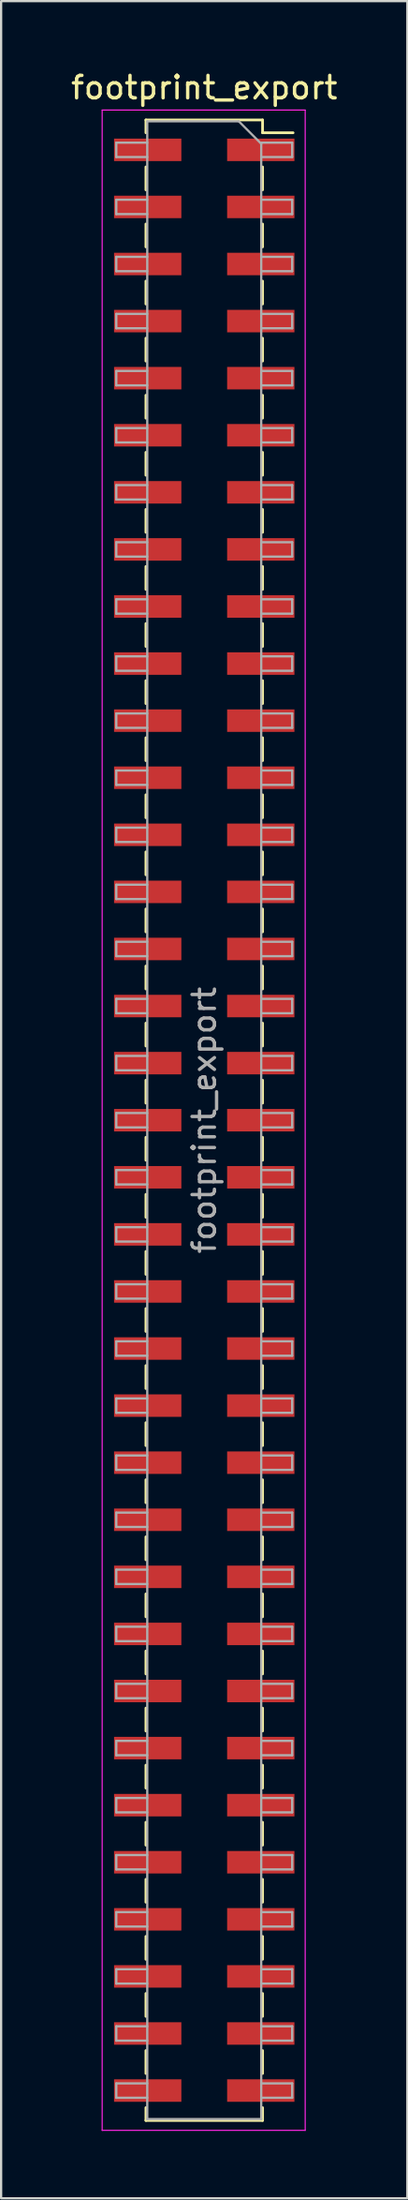
<source format=kicad_pcb>
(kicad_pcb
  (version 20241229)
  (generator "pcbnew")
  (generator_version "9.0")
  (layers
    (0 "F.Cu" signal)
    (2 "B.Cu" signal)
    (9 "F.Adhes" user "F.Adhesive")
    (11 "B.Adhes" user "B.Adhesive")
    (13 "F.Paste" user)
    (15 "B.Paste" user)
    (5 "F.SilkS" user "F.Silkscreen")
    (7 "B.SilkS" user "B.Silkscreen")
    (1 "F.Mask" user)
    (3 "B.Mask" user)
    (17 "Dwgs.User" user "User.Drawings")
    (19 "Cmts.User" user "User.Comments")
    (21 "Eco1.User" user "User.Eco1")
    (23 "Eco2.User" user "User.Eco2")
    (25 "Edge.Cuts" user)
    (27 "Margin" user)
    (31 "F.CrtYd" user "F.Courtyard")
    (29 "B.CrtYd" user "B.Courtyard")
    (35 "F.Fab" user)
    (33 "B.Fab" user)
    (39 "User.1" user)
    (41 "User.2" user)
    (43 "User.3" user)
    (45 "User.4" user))
  (footprint "footprint_export"
    (layer "F.Cu")
    (at 6.054 46.798)
    (property "Reference" "footprint_export" (at 0 -45.95 0) (layer "F.SilkS") (effects (font (size 1 1) (thickness 0.15))))
    (attr smd)
    (fp_line (start -2.6 -44.51) (end -2.6 -43.94) (stroke (width 0.12) (type solid)) (layer "F.SilkS"))
    (fp_line (start -2.6 -44.51) (end 2.6 -44.51) (stroke (width 0.12) (type solid)) (layer "F.SilkS"))
    (fp_line (start -2.6 -42.42) (end -2.6 -41.4) (stroke (width 0.12) (type solid)) (layer "F.SilkS"))
    (fp_line (start -2.6 -39.88) (end -2.6 -38.86) (stroke (width 0.12) (type solid)) (layer "F.SilkS"))
    (fp_line (start -2.6 -37.34) (end -2.6 -36.32) (stroke (width 0.12) (type solid)) (layer "F.SilkS"))
    (fp_line (start -2.6 -34.8) (end -2.6 -33.78) (stroke (width 0.12) (type solid)) (layer "F.SilkS"))
    (fp_line (start -2.6 -32.26) (end -2.6 -31.24) (stroke (width 0.12) (type solid)) (layer "F.SilkS"))
    (fp_line (start -2.6 -29.72) (end -2.6 -28.7) (stroke (width 0.12) (type solid)) (layer "F.SilkS"))
    (fp_line (start -2.6 -27.18) (end -2.6 -26.16) (stroke (width 0.12) (type solid)) (layer "F.SilkS"))
    (fp_line (start -2.6 -24.64) (end -2.6 -23.62) (stroke (width 0.12) (type solid)) (layer "F.SilkS"))
    (fp_line (start -2.6 -22.1) (end -2.6 -21.08) (stroke (width 0.12) (type solid)) (layer "F.SilkS"))
    (fp_line (start -2.6 -19.56) (end -2.6 -18.54) (stroke (width 0.12) (type solid)) (layer "F.SilkS"))
    (fp_line (start -2.6 -17.02) (end -2.6 -16) (stroke (width 0.12) (type solid)) (layer "F.SilkS"))
    (fp_line (start -2.6 -14.48) (end -2.6 -13.46) (stroke (width 0.12) (type solid)) (layer "F.SilkS"))
    (fp_line (start -2.6 -11.94) (end -2.6 -10.92) (stroke (width 0.12) (type solid)) (layer "F.SilkS"))
    (fp_line (start -2.6 -9.4) (end -2.6 -8.38) (stroke (width 0.12) (type solid)) (layer "F.SilkS"))
    (fp_line (start -2.6 -6.86) (end -2.6 -5.84) (stroke (width 0.12) (type solid)) (layer "F.SilkS"))
    (fp_line (start -2.6 -4.32) (end -2.6 -3.3) (stroke (width 0.12) (type solid)) (layer "F.SilkS"))
    (fp_line (start -2.6 -1.78) (end -2.6 -0.76) (stroke (width 0.12) (type solid)) (layer "F.SilkS"))
    (fp_line (start -2.6 0.76) (end -2.6 1.78) (stroke (width 0.12) (type solid)) (layer "F.SilkS"))
    (fp_line (start -2.6 3.3) (end -2.6 4.32) (stroke (width 0.12) (type solid)) (layer "F.SilkS"))
    (fp_line (start -2.6 5.84) (end -2.6 6.86) (stroke (width 0.12) (type solid)) (layer "F.SilkS"))
    (fp_line (start -2.6 8.38) (end -2.6 9.4) (stroke (width 0.12) (type solid)) (layer "F.SilkS"))
    (fp_line (start -2.6 10.92) (end -2.6 11.94) (stroke (width 0.12) (type solid)) (layer "F.SilkS"))
    (fp_line (start -2.6 13.46) (end -2.6 14.48) (stroke (width 0.12) (type solid)) (layer "F.SilkS"))
    (fp_line (start -2.6 16) (end -2.6 17.02) (stroke (width 0.12) (type solid)) (layer "F.SilkS"))
    (fp_line (start -2.6 18.54) (end -2.6 19.56) (stroke (width 0.12) (type solid)) (layer "F.SilkS"))
    (fp_line (start -2.6 21.08) (end -2.6 22.1) (stroke (width 0.12) (type solid)) (layer "F.SilkS"))
    (fp_line (start -2.6 23.62) (end -2.6 24.64) (stroke (width 0.12) (type solid)) (layer "F.SilkS"))
    (fp_line (start -2.6 26.16) (end -2.6 27.18) (stroke (width 0.12) (type solid)) (layer "F.SilkS"))
    (fp_line (start -2.6 28.7) (end -2.6 29.72) (stroke (width 0.12) (type solid)) (layer "F.SilkS"))
    (fp_line (start -2.6 31.24) (end -2.6 32.26) (stroke (width 0.12) (type solid)) (layer "F.SilkS"))
    (fp_line (start -2.6 33.78) (end -2.6 34.8) (stroke (width 0.12) (type solid)) (layer "F.SilkS"))
    (fp_line (start -2.6 36.32) (end -2.6 37.34) (stroke (width 0.12) (type solid)) (layer "F.SilkS"))
    (fp_line (start -2.6 38.86) (end -2.6 39.88) (stroke (width 0.12) (type solid)) (layer "F.SilkS"))
    (fp_line (start -2.6 41.4) (end -2.6 42.42) (stroke (width 0.12) (type solid)) (layer "F.SilkS"))
    (fp_line (start -2.6 43.94) (end -2.6 44.51) (stroke (width 0.12) (type solid)) (layer "F.SilkS"))
    (fp_line (start -2.6 44.51) (end 2.6 44.51) (stroke (width 0.12) (type solid)) (layer "F.SilkS"))
    (fp_line (start 2.6 -44.51) (end 2.6 -43.94) (stroke (width 0.12) (type solid)) (layer "F.SilkS"))
    (fp_line (start 2.6 -43.94) (end 3.96 -43.94) (stroke (width 0.12) (type solid)) (layer "F.SilkS"))
    (fp_line (start 2.6 -42.42) (end 2.6 -41.4) (stroke (width 0.12) (type solid)) (layer "F.SilkS"))
    (fp_line (start 2.6 -39.88) (end 2.6 -38.86) (stroke (width 0.12) (type solid)) (layer "F.SilkS"))
    (fp_line (start 2.6 -37.34) (end 2.6 -36.32) (stroke (width 0.12) (type solid)) (layer "F.SilkS"))
    (fp_line (start 2.6 -34.8) (end 2.6 -33.78) (stroke (width 0.12) (type solid)) (layer "F.SilkS"))
    (fp_line (start 2.6 -32.26) (end 2.6 -31.24) (stroke (width 0.12) (type solid)) (layer "F.SilkS"))
    (fp_line (start 2.6 -29.72) (end 2.6 -28.7) (stroke (width 0.12) (type solid)) (layer "F.SilkS"))
    (fp_line (start 2.6 -27.18) (end 2.6 -26.16) (stroke (width 0.12) (type solid)) (layer "F.SilkS"))
    (fp_line (start 2.6 -24.64) (end 2.6 -23.62) (stroke (width 0.12) (type solid)) (layer "F.SilkS"))
    (fp_line (start 2.6 -22.1) (end 2.6 -21.08) (stroke (width 0.12) (type solid)) (layer "F.SilkS"))
    (fp_line (start 2.6 -19.56) (end 2.6 -18.54) (stroke (width 0.12) (type solid)) (layer "F.SilkS"))
    (fp_line (start 2.6 -17.02) (end 2.6 -16) (stroke (width 0.12) (type solid)) (layer "F.SilkS"))
    (fp_line (start 2.6 -14.48) (end 2.6 -13.46) (stroke (width 0.12) (type solid)) (layer "F.SilkS"))
    (fp_line (start 2.6 -11.94) (end 2.6 -10.92) (stroke (width 0.12) (type solid)) (layer "F.SilkS"))
    (fp_line (start 2.6 -9.4) (end 2.6 -8.38) (stroke (width 0.12) (type solid)) (layer "F.SilkS"))
    (fp_line (start 2.6 -6.86) (end 2.6 -5.84) (stroke (width 0.12) (type solid)) (layer "F.SilkS"))
    (fp_line (start 2.6 -4.32) (end 2.6 -3.3) (stroke (width 0.12) (type solid)) (layer "F.SilkS"))
    (fp_line (start 2.6 -1.78) (end 2.6 -0.76) (stroke (width 0.12) (type solid)) (layer "F.SilkS"))
    (fp_line (start 2.6 0.76) (end 2.6 1.78) (stroke (width 0.12) (type solid)) (layer "F.SilkS"))
    (fp_line (start 2.6 3.3) (end 2.6 4.32) (stroke (width 0.12) (type solid)) (layer "F.SilkS"))
    (fp_line (start 2.6 5.84) (end 2.6 6.86) (stroke (width 0.12) (type solid)) (layer "F.SilkS"))
    (fp_line (start 2.6 8.38) (end 2.6 9.4) (stroke (width 0.12) (type solid)) (layer "F.SilkS"))
    (fp_line (start 2.6 10.92) (end 2.6 11.94) (stroke (width 0.12) (type solid)) (layer "F.SilkS"))
    (fp_line (start 2.6 13.46) (end 2.6 14.48) (stroke (width 0.12) (type solid)) (layer "F.SilkS"))
    (fp_line (start 2.6 16) (end 2.6 17.02) (stroke (width 0.12) (type solid)) (layer "F.SilkS"))
    (fp_line (start 2.6 18.54) (end 2.6 19.56) (stroke (width 0.12) (type solid)) (layer "F.SilkS"))
    (fp_line (start 2.6 21.08) (end 2.6 22.1) (stroke (width 0.12) (type solid)) (layer "F.SilkS"))
    (fp_line (start 2.6 23.62) (end 2.6 24.64) (stroke (width 0.12) (type solid)) (layer "F.SilkS"))
    (fp_line (start 2.6 26.16) (end 2.6 27.18) (stroke (width 0.12) (type solid)) (layer "F.SilkS"))
    (fp_line (start 2.6 28.7) (end 2.6 29.72) (stroke (width 0.12) (type solid)) (layer "F.SilkS"))
    (fp_line (start 2.6 31.24) (end 2.6 32.26) (stroke (width 0.12) (type solid)) (layer "F.SilkS"))
    (fp_line (start 2.6 33.78) (end 2.6 34.8) (stroke (width 0.12) (type solid)) (layer "F.SilkS"))
    (fp_line (start 2.6 36.32) (end 2.6 37.34) (stroke (width 0.12) (type solid)) (layer "F.SilkS"))
    (fp_line (start 2.6 38.86) (end 2.6 39.88) (stroke (width 0.12) (type solid)) (layer "F.SilkS"))
    (fp_line (start 2.6 41.4) (end 2.6 42.42) (stroke (width 0.12) (type solid)) (layer "F.SilkS"))
    (fp_line (start 2.6 43.94) (end 2.6 44.51) (stroke (width 0.12) (type solid)) (layer "F.SilkS"))
    (fp_line (start -4.55 -44.95) (end 4.5 -44.95) (stroke (width 0.05) (type solid)) (layer "F.CrtYd"))
    (fp_line (start -4.55 44.95) (end -4.55 -44.95) (stroke (width 0.05) (type solid)) (layer "F.CrtYd"))
    (fp_line (start 4.5 -44.95) (end 4.5 44.95) (stroke (width 0.05) (type solid)) (layer "F.CrtYd"))
    (fp_line (start 4.5 44.95) (end -4.55 44.95) (stroke (width 0.05) (type solid)) (layer "F.CrtYd"))
    (fp_line (start -3.92 -43.5) (end -2.54 -43.5) (stroke (width 0.1) (type solid)) (layer "F.Fab"))
    (fp_line (start -3.92 -42.86) (end -3.92 -43.5) (stroke (width 0.1) (type solid)) (layer "F.Fab"))
    (fp_line (start -3.92 -40.96) (end -2.54 -40.96) (stroke (width 0.1) (type solid)) (layer "F.Fab"))
    (fp_line (start -3.92 -40.32) (end -3.92 -40.96) (stroke (width 0.1) (type solid)) (layer "F.Fab"))
    (fp_line (start -3.92 -38.42) (end -2.54 -38.42) (stroke (width 0.1) (type solid)) (layer "F.Fab"))
    (fp_line (start -3.92 -37.78) (end -3.92 -38.42) (stroke (width 0.1) (type solid)) (layer "F.Fab"))
    (fp_line (start -3.92 -35.88) (end -2.54 -35.88) (stroke (width 0.1) (type solid)) (layer "F.Fab"))
    (fp_line (start -3.92 -35.24) (end -3.92 -35.88) (stroke (width 0.1) (type solid)) (layer "F.Fab"))
    (fp_line (start -3.92 -33.34) (end -2.54 -33.34) (stroke (width 0.1) (type solid)) (layer "F.Fab"))
    (fp_line (start -3.92 -32.7) (end -3.92 -33.34) (stroke (width 0.1) (type solid)) (layer "F.Fab"))
    (fp_line (start -3.92 -30.8) (end -2.54 -30.8) (stroke (width 0.1) (type solid)) (layer "F.Fab"))
    (fp_line (start -3.92 -30.16) (end -3.92 -30.8) (stroke (width 0.1) (type solid)) (layer "F.Fab"))
    (fp_line (start -3.92 -28.26) (end -2.54 -28.26) (stroke (width 0.1) (type solid)) (layer "F.Fab"))
    (fp_line (start -3.92 -27.62) (end -3.92 -28.26) (stroke (width 0.1) (type solid)) (layer "F.Fab"))
    (fp_line (start -3.92 -25.72) (end -2.54 -25.72) (stroke (width 0.1) (type solid)) (layer "F.Fab"))
    (fp_line (start -3.92 -25.08) (end -3.92 -25.72) (stroke (width 0.1) (type solid)) (layer "F.Fab"))
    (fp_line (start -3.92 -23.18) (end -2.54 -23.18) (stroke (width 0.1) (type solid)) (layer "F.Fab"))
    (fp_line (start -3.92 -22.54) (end -3.92 -23.18) (stroke (width 0.1) (type solid)) (layer "F.Fab"))
    (fp_line (start -3.92 -20.64) (end -2.54 -20.64) (stroke (width 0.1) (type solid)) (layer "F.Fab"))
    (fp_line (start -3.92 -20) (end -3.92 -20.64) (stroke (width 0.1) (type solid)) (layer "F.Fab"))
    (fp_line (start -3.92 -18.1) (end -2.54 -18.1) (stroke (width 0.1) (type solid)) (layer "F.Fab"))
    (fp_line (start -3.92 -17.46) (end -3.92 -18.1) (stroke (width 0.1) (type solid)) (layer "F.Fab"))
    (fp_line (start -3.92 -15.56) (end -2.54 -15.56) (stroke (width 0.1) (type solid)) (layer "F.Fab"))
    (fp_line (start -3.92 -14.92) (end -3.92 -15.56) (stroke (width 0.1) (type solid)) (layer "F.Fab"))
    (fp_line (start -3.92 -13.02) (end -2.54 -13.02) (stroke (width 0.1) (type solid)) (layer "F.Fab"))
    (fp_line (start -3.92 -12.38) (end -3.92 -13.02) (stroke (width 0.1) (type solid)) (layer "F.Fab"))
    (fp_line (start -3.92 -10.48) (end -2.54 -10.48) (stroke (width 0.1) (type solid)) (layer "F.Fab"))
    (fp_line (start -3.92 -9.84) (end -3.92 -10.48) (stroke (width 0.1) (type solid)) (layer "F.Fab"))
    (fp_line (start -3.92 -7.94) (end -2.54 -7.94) (stroke (width 0.1) (type solid)) (layer "F.Fab"))
    (fp_line (start -3.92 -7.3) (end -3.92 -7.94) (stroke (width 0.1) (type solid)) (layer "F.Fab"))
    (fp_line (start -3.92 -5.4) (end -2.54 -5.4) (stroke (width 0.1) (type solid)) (layer "F.Fab"))
    (fp_line (start -3.92 -4.76) (end -3.92 -5.4) (stroke (width 0.1) (type solid)) (layer "F.Fab"))
    (fp_line (start -3.92 -2.86) (end -2.54 -2.86) (stroke (width 0.1) (type solid)) (layer "F.Fab"))
    (fp_line (start -3.92 -2.22) (end -3.92 -2.86) (stroke (width 0.1) (type solid)) (layer "F.Fab"))
    (fp_line (start -3.92 -0.32) (end -2.54 -0.32) (stroke (width 0.1) (type solid)) (layer "F.Fab"))
    (fp_line (start -3.92 0.32) (end -3.92 -0.32) (stroke (width 0.1) (type solid)) (layer "F.Fab"))
    (fp_line (start -3.92 2.22) (end -2.54 2.22) (stroke (width 0.1) (type solid)) (layer "F.Fab"))
    (fp_line (start -3.92 2.86) (end -3.92 2.22) (stroke (width 0.1) (type solid)) (layer "F.Fab"))
    (fp_line (start -3.92 4.76) (end -2.54 4.76) (stroke (width 0.1) (type solid)) (layer "F.Fab"))
    (fp_line (start -3.92 5.4) (end -3.92 4.76) (stroke (width 0.1) (type solid)) (layer "F.Fab"))
    (fp_line (start -3.92 7.3) (end -2.54 7.3) (stroke (width 0.1) (type solid)) (layer "F.Fab"))
    (fp_line (start -3.92 7.94) (end -3.92 7.3) (stroke (width 0.1) (type solid)) (layer "F.Fab"))
    (fp_line (start -3.92 9.84) (end -2.54 9.84) (stroke (width 0.1) (type solid)) (layer "F.Fab"))
    (fp_line (start -3.92 10.48) (end -3.92 9.84) (stroke (width 0.1) (type solid)) (layer "F.Fab"))
    (fp_line (start -3.92 12.38) (end -2.54 12.38) (stroke (width 0.1) (type solid)) (layer "F.Fab"))
    (fp_line (start -3.92 13.02) (end -3.92 12.38) (stroke (width 0.1) (type solid)) (layer "F.Fab"))
    (fp_line (start -3.92 14.92) (end -2.54 14.92) (stroke (width 0.1) (type solid)) (layer "F.Fab"))
    (fp_line (start -3.92 15.56) (end -3.92 14.92) (stroke (width 0.1) (type solid)) (layer "F.Fab"))
    (fp_line (start -3.92 17.46) (end -2.54 17.46) (stroke (width 0.1) (type solid)) (layer "F.Fab"))
    (fp_line (start -3.92 18.1) (end -3.92 17.46) (stroke (width 0.1) (type solid)) (layer "F.Fab"))
    (fp_line (start -3.92 20) (end -2.54 20) (stroke (width 0.1) (type solid)) (layer "F.Fab"))
    (fp_line (start -3.92 20.64) (end -3.92 20) (stroke (width 0.1) (type solid)) (layer "F.Fab"))
    (fp_line (start -3.92 22.54) (end -2.54 22.54) (stroke (width 0.1) (type solid)) (layer "F.Fab"))
    (fp_line (start -3.92 23.18) (end -3.92 22.54) (stroke (width 0.1) (type solid)) (layer "F.Fab"))
    (fp_line (start -3.92 25.08) (end -2.54 25.08) (stroke (width 0.1) (type solid)) (layer "F.Fab"))
    (fp_line (start -3.92 25.72) (end -3.92 25.08) (stroke (width 0.1) (type solid)) (layer "F.Fab"))
    (fp_line (start -3.92 27.62) (end -2.54 27.62) (stroke (width 0.1) (type solid)) (layer "F.Fab"))
    (fp_line (start -3.92 28.26) (end -3.92 27.62) (stroke (width 0.1) (type solid)) (layer "F.Fab"))
    (fp_line (start -3.92 30.16) (end -2.54 30.16) (stroke (width 0.1) (type solid)) (layer "F.Fab"))
    (fp_line (start -3.92 30.8) (end -3.92 30.16) (stroke (width 0.1) (type solid)) (layer "F.Fab"))
    (fp_line (start -3.92 32.7) (end -2.54 32.7) (stroke (width 0.1) (type solid)) (layer "F.Fab"))
    (fp_line (start -3.92 33.34) (end -3.92 32.7) (stroke (width 0.1) (type solid)) (layer "F.Fab"))
    (fp_line (start -3.92 35.24) (end -2.54 35.24) (stroke (width 0.1) (type solid)) (layer "F.Fab"))
    (fp_line (start -3.92 35.88) (end -3.92 35.24) (stroke (width 0.1) (type solid)) (layer "F.Fab"))
    (fp_line (start -3.92 37.78) (end -2.54 37.78) (stroke (width 0.1) (type solid)) (layer "F.Fab"))
    (fp_line (start -3.92 38.42) (end -3.92 37.78) (stroke (width 0.1) (type solid)) (layer "F.Fab"))
    (fp_line (start -3.92 40.32) (end -2.54 40.32) (stroke (width 0.1) (type solid)) (layer "F.Fab"))
    (fp_line (start -3.92 40.96) (end -3.92 40.32) (stroke (width 0.1) (type solid)) (layer "F.Fab"))
    (fp_line (start -3.92 42.86) (end -2.54 42.86) (stroke (width 0.1) (type solid)) (layer "F.Fab"))
    (fp_line (start -3.92 43.5) (end -3.92 42.86) (stroke (width 0.1) (type solid)) (layer "F.Fab"))
    (fp_line (start -2.54 -44.45) (end 1.54 -44.45) (stroke (width 0.1) (type solid)) (layer "F.Fab"))
    (fp_line (start -2.54 -42.86) (end -3.92 -42.86) (stroke (width 0.1) (type solid)) (layer "F.Fab"))
    (fp_line (start -2.54 -40.32) (end -3.92 -40.32) (stroke (width 0.1) (type solid)) (layer "F.Fab"))
    (fp_line (start -2.54 -37.78) (end -3.92 -37.78) (stroke (width 0.1) (type solid)) (layer "F.Fab"))
    (fp_line (start -2.54 -35.24) (end -3.92 -35.24) (stroke (width 0.1) (type solid)) (layer "F.Fab"))
    (fp_line (start -2.54 -32.7) (end -3.92 -32.7) (stroke (width 0.1) (type solid)) (layer "F.Fab"))
    (fp_line (start -2.54 -30.16) (end -3.92 -30.16) (stroke (width 0.1) (type solid)) (layer "F.Fab"))
    (fp_line (start -2.54 -27.62) (end -3.92 -27.62) (stroke (width 0.1) (type solid)) (layer "F.Fab"))
    (fp_line (start -2.54 -25.08) (end -3.92 -25.08) (stroke (width 0.1) (type solid)) (layer "F.Fab"))
    (fp_line (start -2.54 -22.54) (end -3.92 -22.54) (stroke (width 0.1) (type solid)) (layer "F.Fab"))
    (fp_line (start -2.54 -20) (end -3.92 -20) (stroke (width 0.1) (type solid)) (layer "F.Fab"))
    (fp_line (start -2.54 -17.46) (end -3.92 -17.46) (stroke (width 0.1) (type solid)) (layer "F.Fab"))
    (fp_line (start -2.54 -14.92) (end -3.92 -14.92) (stroke (width 0.1) (type solid)) (layer "F.Fab"))
    (fp_line (start -2.54 -12.38) (end -3.92 -12.38) (stroke (width 0.1) (type solid)) (layer "F.Fab"))
    (fp_line (start -2.54 -9.84) (end -3.92 -9.84) (stroke (width 0.1) (type solid)) (layer "F.Fab"))
    (fp_line (start -2.54 -7.3) (end -3.92 -7.3) (stroke (width 0.1) (type solid)) (layer "F.Fab"))
    (fp_line (start -2.54 -4.76) (end -3.92 -4.76) (stroke (width 0.1) (type solid)) (layer "F.Fab"))
    (fp_line (start -2.54 -2.22) (end -3.92 -2.22) (stroke (width 0.1) (type solid)) (layer "F.Fab"))
    (fp_line (start -2.54 0.32) (end -3.92 0.32) (stroke (width 0.1) (type solid)) (layer "F.Fab"))
    (fp_line (start -2.54 2.86) (end -3.92 2.86) (stroke (width 0.1) (type solid)) (layer "F.Fab"))
    (fp_line (start -2.54 5.4) (end -3.92 5.4) (stroke (width 0.1) (type solid)) (layer "F.Fab"))
    (fp_line (start -2.54 7.94) (end -3.92 7.94) (stroke (width 0.1) (type solid)) (layer "F.Fab"))
    (fp_line (start -2.54 10.48) (end -3.92 10.48) (stroke (width 0.1) (type solid)) (layer "F.Fab"))
    (fp_line (start -2.54 13.02) (end -3.92 13.02) (stroke (width 0.1) (type solid)) (layer "F.Fab"))
    (fp_line (start -2.54 15.56) (end -3.92 15.56) (stroke (width 0.1) (type solid)) (layer "F.Fab"))
    (fp_line (start -2.54 18.1) (end -3.92 18.1) (stroke (width 0.1) (type solid)) (layer "F.Fab"))
    (fp_line (start -2.54 20.64) (end -3.92 20.64) (stroke (width 0.1) (type solid)) (layer "F.Fab"))
    (fp_line (start -2.54 23.18) (end -3.92 23.18) (stroke (width 0.1) (type solid)) (layer "F.Fab"))
    (fp_line (start -2.54 25.72) (end -3.92 25.72) (stroke (width 0.1) (type solid)) (layer "F.Fab"))
    (fp_line (start -2.54 28.26) (end -3.92 28.26) (stroke (width 0.1) (type solid)) (layer "F.Fab"))
    (fp_line (start -2.54 30.8) (end -3.92 30.8) (stroke (width 0.1) (type solid)) (layer "F.Fab"))
    (fp_line (start -2.54 33.34) (end -3.92 33.34) (stroke (width 0.1) (type solid)) (layer "F.Fab"))
    (fp_line (start -2.54 35.88) (end -3.92 35.88) (stroke (width 0.1) (type solid)) (layer "F.Fab"))
    (fp_line (start -2.54 38.42) (end -3.92 38.42) (stroke (width 0.1) (type solid)) (layer "F.Fab"))
    (fp_line (start -2.54 40.96) (end -3.92 40.96) (stroke (width 0.1) (type solid)) (layer "F.Fab"))
    (fp_line (start -2.54 43.5) (end -3.92 43.5) (stroke (width 0.1) (type solid)) (layer "F.Fab"))
    (fp_line (start -2.54 44.45) (end -2.54 -44.45) (stroke (width 0.1) (type solid)) (layer "F.Fab"))
    (fp_line (start 1.54 -44.45) (end 2.54 -43.45) (stroke (width 0.1) (type solid)) (layer "F.Fab"))
    (fp_line (start 2.54 -43.5) (end 3.92 -43.5) (stroke (width 0.1) (type solid)) (layer "F.Fab"))
    (fp_line (start 2.54 -43.45) (end 2.54 44.45) (stroke (width 0.1) (type solid)) (layer "F.Fab"))
    (fp_line (start 2.54 -40.96) (end 3.92 -40.96) (stroke (width 0.1) (type solid)) (layer "F.Fab"))
    (fp_line (start 2.54 -38.42) (end 3.92 -38.42) (stroke (width 0.1) (type solid)) (layer "F.Fab"))
    (fp_line (start 2.54 -35.88) (end 3.92 -35.88) (stroke (width 0.1) (type solid)) (layer "F.Fab"))
    (fp_line (start 2.54 -33.34) (end 3.92 -33.34) (stroke (width 0.1) (type solid)) (layer "F.Fab"))
    (fp_line (start 2.54 -30.8) (end 3.92 -30.8) (stroke (width 0.1) (type solid)) (layer "F.Fab"))
    (fp_line (start 2.54 -28.26) (end 3.92 -28.26) (stroke (width 0.1) (type solid)) (layer "F.Fab"))
    (fp_line (start 2.54 -25.72) (end 3.92 -25.72) (stroke (width 0.1) (type solid)) (layer "F.Fab"))
    (fp_line (start 2.54 -23.18) (end 3.92 -23.18) (stroke (width 0.1) (type solid)) (layer "F.Fab"))
    (fp_line (start 2.54 -20.64) (end 3.92 -20.64) (stroke (width 0.1) (type solid)) (layer "F.Fab"))
    (fp_line (start 2.54 -18.1) (end 3.92 -18.1) (stroke (width 0.1) (type solid)) (layer "F.Fab"))
    (fp_line (start 2.54 -15.56) (end 3.92 -15.56) (stroke (width 0.1) (type solid)) (layer "F.Fab"))
    (fp_line (start 2.54 -13.02) (end 3.92 -13.02) (stroke (width 0.1) (type solid)) (layer "F.Fab"))
    (fp_line (start 2.54 -10.48) (end 3.92 -10.48) (stroke (width 0.1) (type solid)) (layer "F.Fab"))
    (fp_line (start 2.54 -7.94) (end 3.92 -7.94) (stroke (width 0.1) (type solid)) (layer "F.Fab"))
    (fp_line (start 2.54 -5.4) (end 3.92 -5.4) (stroke (width 0.1) (type solid)) (layer "F.Fab"))
    (fp_line (start 2.54 -2.86) (end 3.92 -2.86) (stroke (width 0.1) (type solid)) (layer "F.Fab"))
    (fp_line (start 2.54 -0.32) (end 3.92 -0.32) (stroke (width 0.1) (type solid)) (layer "F.Fab"))
    (fp_line (start 2.54 2.22) (end 3.92 2.22) (stroke (width 0.1) (type solid)) (layer "F.Fab"))
    (fp_line (start 2.54 4.76) (end 3.92 4.76) (stroke (width 0.1) (type solid)) (layer "F.Fab"))
    (fp_line (start 2.54 7.3) (end 3.92 7.3) (stroke (width 0.1) (type solid)) (layer "F.Fab"))
    (fp_line (start 2.54 9.84) (end 3.92 9.84) (stroke (width 0.1) (type solid)) (layer "F.Fab"))
    (fp_line (start 2.54 12.38) (end 3.92 12.38) (stroke (width 0.1) (type solid)) (layer "F.Fab"))
    (fp_line (start 2.54 14.92) (end 3.92 14.92) (stroke (width 0.1) (type solid)) (layer "F.Fab"))
    (fp_line (start 2.54 17.46) (end 3.92 17.46) (stroke (width 0.1) (type solid)) (layer "F.Fab"))
    (fp_line (start 2.54 20) (end 3.92 20) (stroke (width 0.1) (type solid)) (layer "F.Fab"))
    (fp_line (start 2.54 22.54) (end 3.92 22.54) (stroke (width 0.1) (type solid)) (layer "F.Fab"))
    (fp_line (start 2.54 25.08) (end 3.92 25.08) (stroke (width 0.1) (type solid)) (layer "F.Fab"))
    (fp_line (start 2.54 27.62) (end 3.92 27.62) (stroke (width 0.1) (type solid)) (layer "F.Fab"))
    (fp_line (start 2.54 30.16) (end 3.92 30.16) (stroke (width 0.1) (type solid)) (layer "F.Fab"))
    (fp_line (start 2.54 32.7) (end 3.92 32.7) (stroke (width 0.1) (type solid)) (layer "F.Fab"))
    (fp_line (start 2.54 35.24) (end 3.92 35.24) (stroke (width 0.1) (type solid)) (layer "F.Fab"))
    (fp_line (start 2.54 37.78) (end 3.92 37.78) (stroke (width 0.1) (type solid)) (layer "F.Fab"))
    (fp_line (start 2.54 40.32) (end 3.92 40.32) (stroke (width 0.1) (type solid)) (layer "F.Fab"))
    (fp_line (start 2.54 42.86) (end 3.92 42.86) (stroke (width 0.1) (type solid)) (layer "F.Fab"))
    (fp_line (start 2.54 44.45) (end -2.54 44.45) (stroke (width 0.1) (type solid)) (layer "F.Fab"))
    (fp_line (start 3.92 -43.5) (end 3.92 -42.86) (stroke (width 0.1) (type solid)) (layer "F.Fab"))
    (fp_line (start 3.92 -42.86) (end 2.54 -42.86) (stroke (width 0.1) (type solid)) (layer "F.Fab"))
    (fp_line (start 3.92 -40.96) (end 3.92 -40.32) (stroke (width 0.1) (type solid)) (layer "F.Fab"))
    (fp_line (start 3.92 -40.32) (end 2.54 -40.32) (stroke (width 0.1) (type solid)) (layer "F.Fab"))
    (fp_line (start 3.92 -38.42) (end 3.92 -37.78) (stroke (width 0.1) (type solid)) (layer "F.Fab"))
    (fp_line (start 3.92 -37.78) (end 2.54 -37.78) (stroke (width 0.1) (type solid)) (layer "F.Fab"))
    (fp_line (start 3.92 -35.88) (end 3.92 -35.24) (stroke (width 0.1) (type solid)) (layer "F.Fab"))
    (fp_line (start 3.92 -35.24) (end 2.54 -35.24) (stroke (width 0.1) (type solid)) (layer "F.Fab"))
    (fp_line (start 3.92 -33.34) (end 3.92 -32.7) (stroke (width 0.1) (type solid)) (layer "F.Fab"))
    (fp_line (start 3.92 -32.7) (end 2.54 -32.7) (stroke (width 0.1) (type solid)) (layer "F.Fab"))
    (fp_line (start 3.92 -30.8) (end 3.92 -30.16) (stroke (width 0.1) (type solid)) (layer "F.Fab"))
    (fp_line (start 3.92 -30.16) (end 2.54 -30.16) (stroke (width 0.1) (type solid)) (layer "F.Fab"))
    (fp_line (start 3.92 -28.26) (end 3.92 -27.62) (stroke (width 0.1) (type solid)) (layer "F.Fab"))
    (fp_line (start 3.92 -27.62) (end 2.54 -27.62) (stroke (width 0.1) (type solid)) (layer "F.Fab"))
    (fp_line (start 3.92 -25.72) (end 3.92 -25.08) (stroke (width 0.1) (type solid)) (layer "F.Fab"))
    (fp_line (start 3.92 -25.08) (end 2.54 -25.08) (stroke (width 0.1) (type solid)) (layer "F.Fab"))
    (fp_line (start 3.92 -23.18) (end 3.92 -22.54) (stroke (width 0.1) (type solid)) (layer "F.Fab"))
    (fp_line (start 3.92 -22.54) (end 2.54 -22.54) (stroke (width 0.1) (type solid)) (layer "F.Fab"))
    (fp_line (start 3.92 -20.64) (end 3.92 -20) (stroke (width 0.1) (type solid)) (layer "F.Fab"))
    (fp_line (start 3.92 -20) (end 2.54 -20) (stroke (width 0.1) (type solid)) (layer "F.Fab"))
    (fp_line (start 3.92 -18.1) (end 3.92 -17.46) (stroke (width 0.1) (type solid)) (layer "F.Fab"))
    (fp_line (start 3.92 -17.46) (end 2.54 -17.46) (stroke (width 0.1) (type solid)) (layer "F.Fab"))
    (fp_line (start 3.92 -15.56) (end 3.92 -14.92) (stroke (width 0.1) (type solid)) (layer "F.Fab"))
    (fp_line (start 3.92 -14.92) (end 2.54 -14.92) (stroke (width 0.1) (type solid)) (layer "F.Fab"))
    (fp_line (start 3.92 -13.02) (end 3.92 -12.38) (stroke (width 0.1) (type solid)) (layer "F.Fab"))
    (fp_line (start 3.92 -12.38) (end 2.54 -12.38) (stroke (width 0.1) (type solid)) (layer "F.Fab"))
    (fp_line (start 3.92 -10.48) (end 3.92 -9.84) (stroke (width 0.1) (type solid)) (layer "F.Fab"))
    (fp_line (start 3.92 -9.84) (end 2.54 -9.84) (stroke (width 0.1) (type solid)) (layer "F.Fab"))
    (fp_line (start 3.92 -7.94) (end 3.92 -7.3) (stroke (width 0.1) (type solid)) (layer "F.Fab"))
    (fp_line (start 3.92 -7.3) (end 2.54 -7.3) (stroke (width 0.1) (type solid)) (layer "F.Fab"))
    (fp_line (start 3.92 -5.4) (end 3.92 -4.76) (stroke (width 0.1) (type solid)) (layer "F.Fab"))
    (fp_line (start 3.92 -4.76) (end 2.54 -4.76) (stroke (width 0.1) (type solid)) (layer "F.Fab"))
    (fp_line (start 3.92 -2.86) (end 3.92 -2.22) (stroke (width 0.1) (type solid)) (layer "F.Fab"))
    (fp_line (start 3.92 -2.22) (end 2.54 -2.22) (stroke (width 0.1) (type solid)) (layer "F.Fab"))
    (fp_line (start 3.92 -0.32) (end 3.92 0.32) (stroke (width 0.1) (type solid)) (layer "F.Fab"))
    (fp_line (start 3.92 0.32) (end 2.54 0.32) (stroke (width 0.1) (type solid)) (layer "F.Fab"))
    (fp_line (start 3.92 2.22) (end 3.92 2.86) (stroke (width 0.1) (type solid)) (layer "F.Fab"))
    (fp_line (start 3.92 2.86) (end 2.54 2.86) (stroke (width 0.1) (type solid)) (layer "F.Fab"))
    (fp_line (start 3.92 4.76) (end 3.92 5.4) (stroke (width 0.1) (type solid)) (layer "F.Fab"))
    (fp_line (start 3.92 5.4) (end 2.54 5.4) (stroke (width 0.1) (type solid)) (layer "F.Fab"))
    (fp_line (start 3.92 7.3) (end 3.92 7.94) (stroke (width 0.1) (type solid)) (layer "F.Fab"))
    (fp_line (start 3.92 7.94) (end 2.54 7.94) (stroke (width 0.1) (type solid)) (layer "F.Fab"))
    (fp_line (start 3.92 9.84) (end 3.92 10.48) (stroke (width 0.1) (type solid)) (layer "F.Fab"))
    (fp_line (start 3.92 10.48) (end 2.54 10.48) (stroke (width 0.1) (type solid)) (layer "F.Fab"))
    (fp_line (start 3.92 12.38) (end 3.92 13.02) (stroke (width 0.1) (type solid)) (layer "F.Fab"))
    (fp_line (start 3.92 13.02) (end 2.54 13.02) (stroke (width 0.1) (type solid)) (layer "F.Fab"))
    (fp_line (start 3.92 14.92) (end 3.92 15.56) (stroke (width 0.1) (type solid)) (layer "F.Fab"))
    (fp_line (start 3.92 15.56) (end 2.54 15.56) (stroke (width 0.1) (type solid)) (layer "F.Fab"))
    (fp_line (start 3.92 17.46) (end 3.92 18.1) (stroke (width 0.1) (type solid)) (layer "F.Fab"))
    (fp_line (start 3.92 18.1) (end 2.54 18.1) (stroke (width 0.1) (type solid)) (layer "F.Fab"))
    (fp_line (start 3.92 20) (end 3.92 20.64) (stroke (width 0.1) (type solid)) (layer "F.Fab"))
    (fp_line (start 3.92 20.64) (end 2.54 20.64) (stroke (width 0.1) (type solid)) (layer "F.Fab"))
    (fp_line (start 3.92 22.54) (end 3.92 23.18) (stroke (width 0.1) (type solid)) (layer "F.Fab"))
    (fp_line (start 3.92 23.18) (end 2.54 23.18) (stroke (width 0.1) (type solid)) (layer "F.Fab"))
    (fp_line (start 3.92 25.08) (end 3.92 25.72) (stroke (width 0.1) (type solid)) (layer "F.Fab"))
    (fp_line (start 3.92 25.72) (end 2.54 25.72) (stroke (width 0.1) (type solid)) (layer "F.Fab"))
    (fp_line (start 3.92 27.62) (end 3.92 28.26) (stroke (width 0.1) (type solid)) (layer "F.Fab"))
    (fp_line (start 3.92 28.26) (end 2.54 28.26) (stroke (width 0.1) (type solid)) (layer "F.Fab"))
    (fp_line (start 3.92 30.16) (end 3.92 30.8) (stroke (width 0.1) (type solid)) (layer "F.Fab"))
    (fp_line (start 3.92 30.8) (end 2.54 30.8) (stroke (width 0.1) (type solid)) (layer "F.Fab"))
    (fp_line (start 3.92 32.7) (end 3.92 33.34) (stroke (width 0.1) (type solid)) (layer "F.Fab"))
    (fp_line (start 3.92 33.34) (end 2.54 33.34) (stroke (width 0.1) (type solid)) (layer "F.Fab"))
    (fp_line (start 3.92 35.24) (end 3.92 35.88) (stroke (width 0.1) (type solid)) (layer "F.Fab"))
    (fp_line (start 3.92 35.88) (end 2.54 35.88) (stroke (width 0.1) (type solid)) (layer "F.Fab"))
    (fp_line (start 3.92 37.78) (end 3.92 38.42) (stroke (width 0.1) (type solid)) (layer "F.Fab"))
    (fp_line (start 3.92 38.42) (end 2.54 38.42) (stroke (width 0.1) (type solid)) (layer "F.Fab"))
    (fp_line (start 3.92 40.32) (end 3.92 40.96) (stroke (width 0.1) (type solid)) (layer "F.Fab"))
    (fp_line (start 3.92 40.96) (end 2.54 40.96) (stroke (width 0.1) (type solid)) (layer "F.Fab"))
    (fp_line (start 3.92 42.86) (end 3.92 43.5) (stroke (width 0.1) (type solid)) (layer "F.Fab"))
    (fp_line (start 3.92 43.5) (end 2.54 43.5) (stroke (width 0.1) (type solid)) (layer "F.Fab"))
    (fp_text user "${REFERENCE}" (at 0 0 90) (layer "F.Fab") (effects (font (size 1 1) (thickness 0.15))))
    (pad "1" smd rect (at 2.52 -43.18) (size 3 1) (layers "F.Cu" "F.Mask" "F.Paste"))
    (pad "2" smd rect (at -2.52 -43.18) (size 3 1) (layers "F.Cu" "F.Mask" "F.Paste"))
    (pad "3" smd rect (at 2.52 -40.64) (size 3 1) (layers "F.Cu" "F.Mask" "F.Paste"))
    (pad "4" smd rect (at -2.52 -40.64) (size 3 1) (layers "F.Cu" "F.Mask" "F.Paste"))
    (pad "5" smd rect (at 2.52 -38.1) (size 3 1) (layers "F.Cu" "F.Mask" "F.Paste"))
    (pad "6" smd rect (at -2.52 -38.1) (size 3 1) (layers "F.Cu" "F.Mask" "F.Paste"))
    (pad "7" smd rect (at 2.52 -35.56) (size 3 1) (layers "F.Cu" "F.Mask" "F.Paste"))
    (pad "8" smd rect (at -2.52 -35.56) (size 3 1) (layers "F.Cu" "F.Mask" "F.Paste"))
    (pad "9" smd rect (at 2.52 -33.02) (size 3 1) (layers "F.Cu" "F.Mask" "F.Paste"))
    (pad "10" smd rect (at -2.52 -33.02) (size 3 1) (layers "F.Cu" "F.Mask" "F.Paste"))
    (pad "11" smd rect (at 2.52 -30.48) (size 3 1) (layers "F.Cu" "F.Mask" "F.Paste"))
    (pad "12" smd rect (at -2.52 -30.48) (size 3 1) (layers "F.Cu" "F.Mask" "F.Paste"))
    (pad "13" smd rect (at 2.52 -27.94) (size 3 1) (layers "F.Cu" "F.Mask" "F.Paste"))
    (pad "14" smd rect (at -2.52 -27.94) (size 3 1) (layers "F.Cu" "F.Mask" "F.Paste"))
    (pad "15" smd rect (at 2.52 -25.4) (size 3 1) (layers "F.Cu" "F.Mask" "F.Paste"))
    (pad "16" smd rect (at -2.52 -25.4) (size 3 1) (layers "F.Cu" "F.Mask" "F.Paste"))
    (pad "17" smd rect (at 2.52 -22.86) (size 3 1) (layers "F.Cu" "F.Mask" "F.Paste"))
    (pad "18" smd rect (at -2.52 -22.86) (size 3 1) (layers "F.Cu" "F.Mask" "F.Paste"))
    (pad "19" smd rect (at 2.52 -20.32) (size 3 1) (layers "F.Cu" "F.Mask" "F.Paste"))
    (pad "20" smd rect (at -2.52 -20.32) (size 3 1) (layers "F.Cu" "F.Mask" "F.Paste"))
    (pad "21" smd rect (at 2.52 -17.78) (size 3 1) (layers "F.Cu" "F.Mask" "F.Paste"))
    (pad "22" smd rect (at -2.52 -17.78) (size 3 1) (layers "F.Cu" "F.Mask" "F.Paste"))
    (pad "23" smd rect (at 2.52 -15.24) (size 3 1) (layers "F.Cu" "F.Mask" "F.Paste"))
    (pad "24" smd rect (at -2.52 -15.24) (size 3 1) (layers "F.Cu" "F.Mask" "F.Paste"))
    (pad "25" smd rect (at 2.52 -12.7) (size 3 1) (layers "F.Cu" "F.Mask" "F.Paste"))
    (pad "26" smd rect (at -2.52 -12.7) (size 3 1) (layers "F.Cu" "F.Mask" "F.Paste"))
    (pad "27" smd rect (at 2.52 -10.16) (size 3 1) (layers "F.Cu" "F.Mask" "F.Paste"))
    (pad "28" smd rect (at -2.52 -10.16) (size 3 1) (layers "F.Cu" "F.Mask" "F.Paste"))
    (pad "29" smd rect (at 2.52 -7.62) (size 3 1) (layers "F.Cu" "F.Mask" "F.Paste"))
    (pad "30" smd rect (at -2.52 -7.62) (size 3 1) (layers "F.Cu" "F.Mask" "F.Paste"))
    (pad "31" smd rect (at 2.52 -5.08) (size 3 1) (layers "F.Cu" "F.Mask" "F.Paste"))
    (pad "32" smd rect (at -2.52 -5.08) (size 3 1) (layers "F.Cu" "F.Mask" "F.Paste"))
    (pad "33" smd rect (at 2.52 -2.54) (size 3 1) (layers "F.Cu" "F.Mask" "F.Paste"))
    (pad "34" smd rect (at -2.52 -2.54) (size 3 1) (layers "F.Cu" "F.Mask" "F.Paste"))
    (pad "35" smd rect (at 2.52 0) (size 3 1) (layers "F.Cu" "F.Mask" "F.Paste"))
    (pad "36" smd rect (at -2.52 0) (size 3 1) (layers "F.Cu" "F.Mask" "F.Paste"))
    (pad "37" smd rect (at 2.52 2.54) (size 3 1) (layers "F.Cu" "F.Mask" "F.Paste"))
    (pad "38" smd rect (at -2.52 2.54) (size 3 1) (layers "F.Cu" "F.Mask" "F.Paste"))
    (pad "39" smd rect (at 2.52 5.08) (size 3 1) (layers "F.Cu" "F.Mask" "F.Paste"))
    (pad "40" smd rect (at -2.52 5.08) (size 3 1) (layers "F.Cu" "F.Mask" "F.Paste"))
    (pad "41" smd rect (at 2.52 7.62) (size 3 1) (layers "F.Cu" "F.Mask" "F.Paste"))
    (pad "42" smd rect (at -2.52 7.62) (size 3 1) (layers "F.Cu" "F.Mask" "F.Paste"))
    (pad "43" smd rect (at 2.52 10.16) (size 3 1) (layers "F.Cu" "F.Mask" "F.Paste"))
    (pad "44" smd rect (at -2.52 10.16) (size 3 1) (layers "F.Cu" "F.Mask" "F.Paste"))
    (pad "45" smd rect (at 2.52 12.7) (size 3 1) (layers "F.Cu" "F.Mask" "F.Paste"))
    (pad "46" smd rect (at -2.52 12.7) (size 3 1) (layers "F.Cu" "F.Mask" "F.Paste"))
    (pad "47" smd rect (at 2.52 15.24) (size 3 1) (layers "F.Cu" "F.Mask" "F.Paste"))
    (pad "48" smd rect (at -2.52 15.24) (size 3 1) (layers "F.Cu" "F.Mask" "F.Paste"))
    (pad "49" smd rect (at 2.52 17.78) (size 3 1) (layers "F.Cu" "F.Mask" "F.Paste"))
    (pad "50" smd rect (at -2.52 17.78) (size 3 1) (layers "F.Cu" "F.Mask" "F.Paste"))
    (pad "51" smd rect (at 2.52 20.32) (size 3 1) (layers "F.Cu" "F.Mask" "F.Paste"))
    (pad "52" smd rect (at -2.52 20.32) (size 3 1) (layers "F.Cu" "F.Mask" "F.Paste"))
    (pad "53" smd rect (at 2.52 22.86) (size 3 1) (layers "F.Cu" "F.Mask" "F.Paste"))
    (pad "54" smd rect (at -2.52 22.86) (size 3 1) (layers "F.Cu" "F.Mask" "F.Paste"))
    (pad "55" smd rect (at 2.52 25.4) (size 3 1) (layers "F.Cu" "F.Mask" "F.Paste"))
    (pad "56" smd rect (at -2.52 25.4) (size 3 1) (layers "F.Cu" "F.Mask" "F.Paste"))
    (pad "57" smd rect (at 2.52 27.94) (size 3 1) (layers "F.Cu" "F.Mask" "F.Paste"))
    (pad "58" smd rect (at -2.52 27.94) (size 3 1) (layers "F.Cu" "F.Mask" "F.Paste"))
    (pad "59" smd rect (at 2.52 30.48) (size 3 1) (layers "F.Cu" "F.Mask" "F.Paste"))
    (pad "60" smd rect (at -2.52 30.48) (size 3 1) (layers "F.Cu" "F.Mask" "F.Paste"))
    (pad "61" smd rect (at 2.52 33.02) (size 3 1) (layers "F.Cu" "F.Mask" "F.Paste"))
    (pad "62" smd rect (at -2.52 33.02) (size 3 1) (layers "F.Cu" "F.Mask" "F.Paste"))
    (pad "63" smd rect (at 2.52 35.56) (size 3 1) (layers "F.Cu" "F.Mask" "F.Paste"))
    (pad "64" smd rect (at -2.52 35.56) (size 3 1) (layers "F.Cu" "F.Mask" "F.Paste"))
    (pad "65" smd rect (at 2.52 38.1) (size 3 1) (layers "F.Cu" "F.Mask" "F.Paste"))
    (pad "66" smd rect (at -2.52 38.1) (size 3 1) (layers "F.Cu" "F.Mask" "F.Paste"))
    (pad "67" smd rect (at 2.52 40.64) (size 3 1) (layers "F.Cu" "F.Mask" "F.Paste"))
    (pad "68" smd rect (at -2.52 40.64) (size 3 1) (layers "F.Cu" "F.Mask" "F.Paste"))
    (pad "69" smd rect (at 2.52 43.18) (size 3 1) (layers "F.Cu" "F.Mask" "F.Paste"))
    (pad "70" smd rect (at -2.52 43.18) (size 3 1) (layers "F.Cu" "F.Mask" "F.Paste")))
  (gr_rect
    (start -3 -3)
    (end 15.107 94.773)
    (stroke (width 0.1) (type default))
    (fill no)
    (layer "Edge.Cuts")))
</source>
